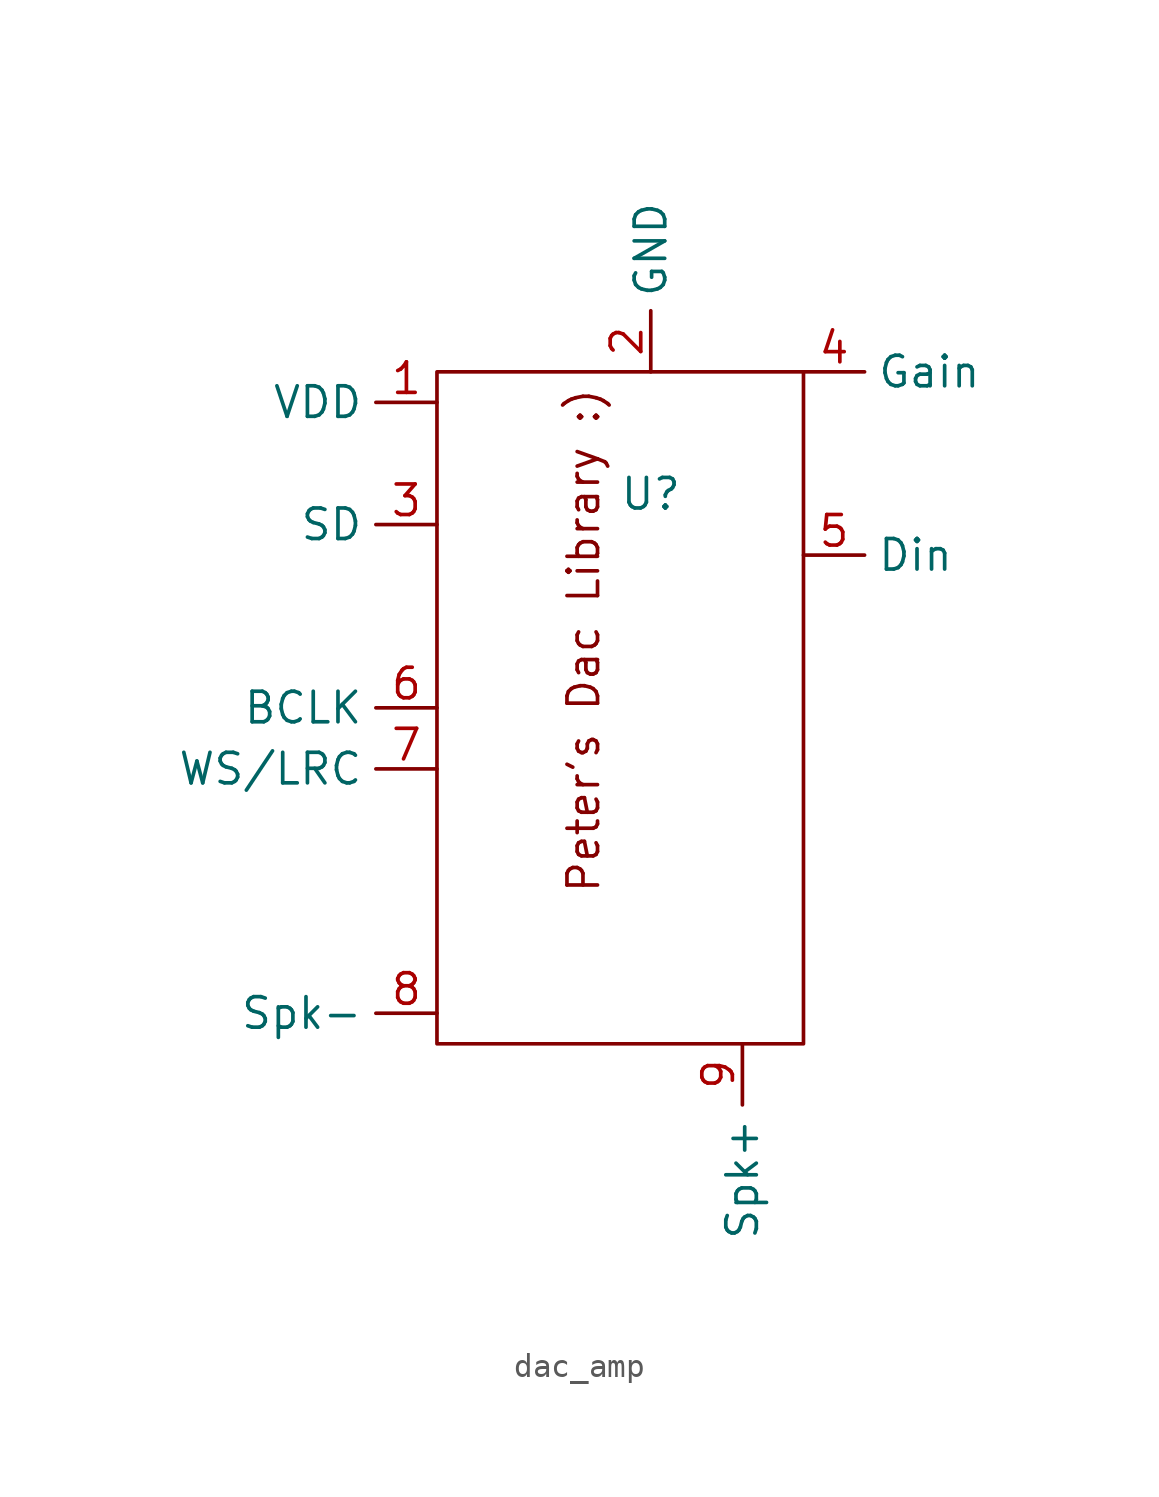
<source format=kicad_sym>
(kicad_symbol_lib
  (version 20241209)
  (generator "kicad_symbol_editor")
  (generator_version "9.0")
  (symbol "dac_amp"
    (property "Reference" "U"
      (at 0 0 0)
      (effects (font (size 1.27 1.27))))
    (property "Value" ""
      (at 0 0 0)
      (effects (font (size 1.27 1.27))))
    (symbol "dac_amp_0_1"
      (rectangle (start -8.89 5.08) (end 6.35 -22.86) (stroke (width 0) (type default)) (fill (type none))))
    (symbol "dac_amp_1_1"
      (text "Peter's Dac Library :)" (at -2.794 -6.096 900) (effects (font (size 1.27 1.27))))
      (pin input line (at -8.89 3.81 180) (length 2.54) (name "VDD" (effects (font (size 1.27 1.27)))) (number "1" (effects (font (size 1.27 1.27)))))
      (pin input line (at -8.89 -1.27 180) (length 2.54) (name "SD" (effects (font (size 1.27 1.27)))) (number "3" (effects (font (size 1.27 1.27)))))
      (pin input line (at -8.89 -8.89 180) (length 2.54) (name "BCLK" (effects (font (size 1.27 1.27)))) (number "6" (effects (font (size 1.27 1.27)))))
      (pin input line (at -8.89 -11.43 180) (length 2.54) (name "WS/LRC" (effects (font (size 1.27 1.27)))) (number "7" (effects (font (size 1.27 1.27)))))
      (pin output line (at -8.89 -21.59 180) (length 2.54) (name "Spk-" (effects (font (size 1.27 1.27)))) (number "8" (effects (font (size 1.27 1.27)))))
      (pin input line (at 0 5.08 90) (length 2.54) (name "GND" (effects (font (size 1.27 1.27)))) (number "2" (effects (font (size 1.27 1.27)))))
      (pin output line (at 3.81 -22.86 270) (length 2.54) (name "Spk+" (effects (font (size 1.27 1.27)))) (number "9" (effects (font (size 1.27 1.27)))))
      (pin input line (at 6.35 5.08 0) (length 2.54) (name "Gain" (effects (font (size 1.27 1.27)))) (number "4" (effects (font (size 1.27 1.27)))))
      (pin input line (at 6.35 -2.54 0) (length 2.54) (name "Din" (effects (font (size 1.27 1.27)))) (number "5" (effects (font (size 1.27 1.27))))))))
</source>
